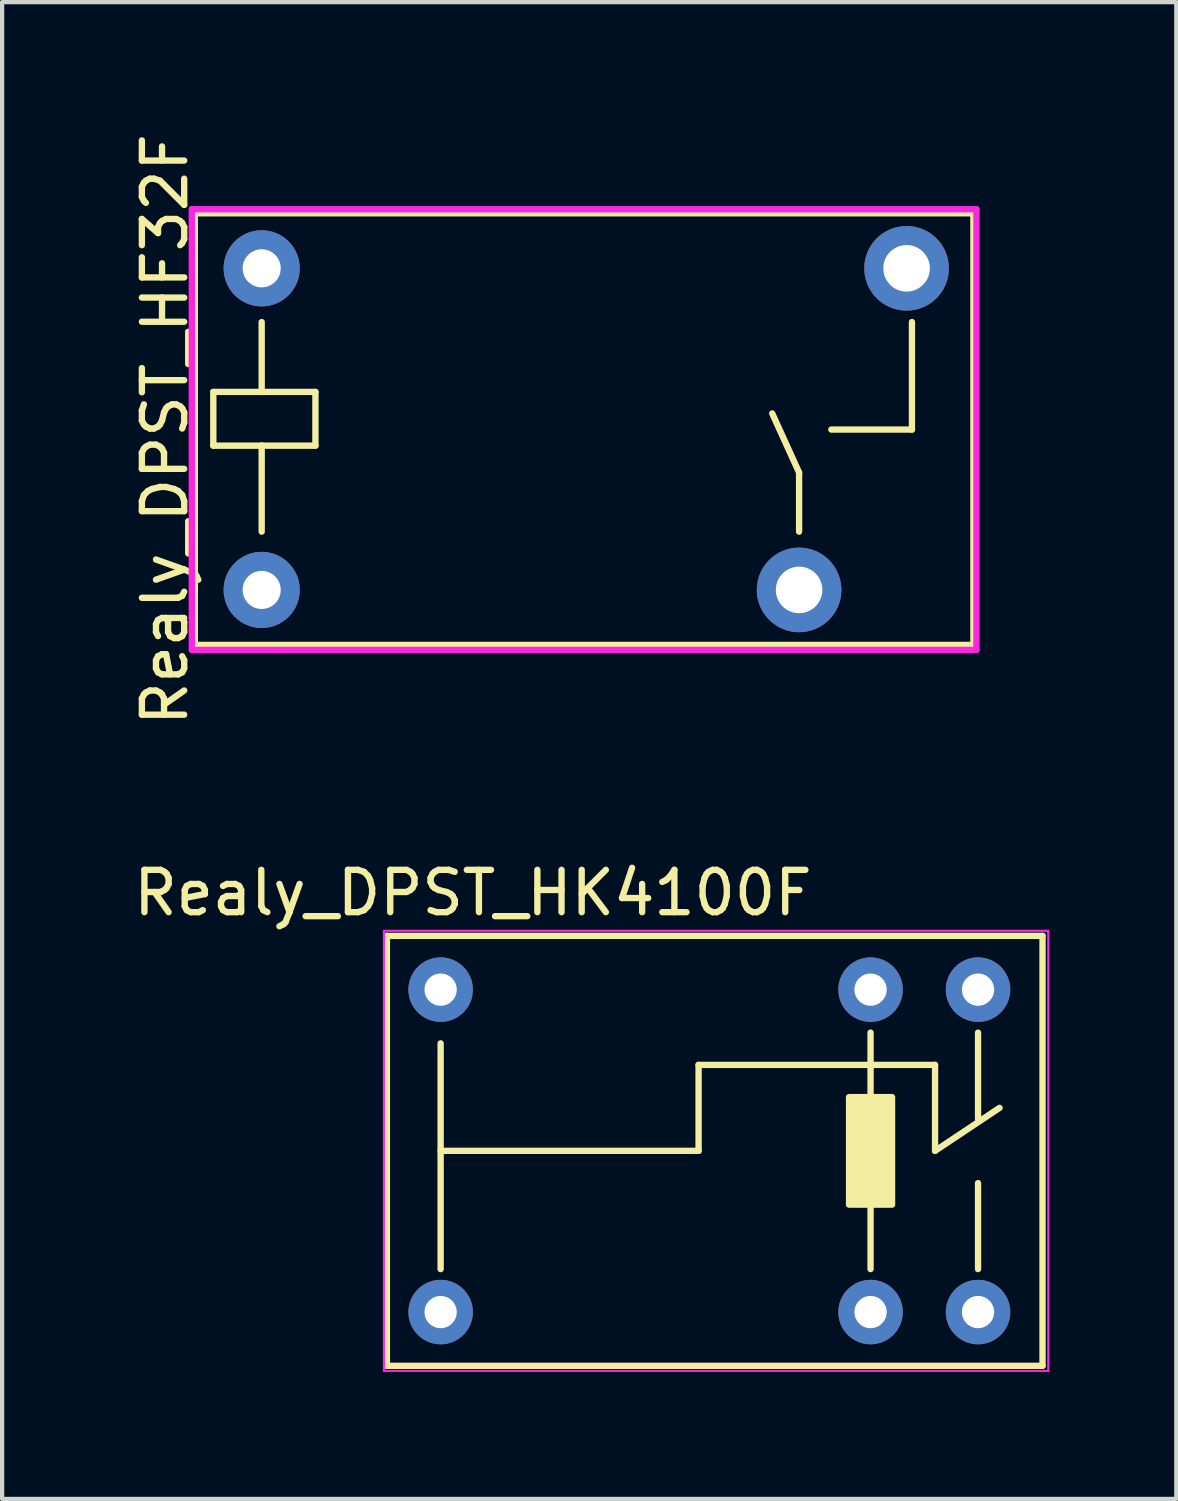
<source format=kicad_pcb>
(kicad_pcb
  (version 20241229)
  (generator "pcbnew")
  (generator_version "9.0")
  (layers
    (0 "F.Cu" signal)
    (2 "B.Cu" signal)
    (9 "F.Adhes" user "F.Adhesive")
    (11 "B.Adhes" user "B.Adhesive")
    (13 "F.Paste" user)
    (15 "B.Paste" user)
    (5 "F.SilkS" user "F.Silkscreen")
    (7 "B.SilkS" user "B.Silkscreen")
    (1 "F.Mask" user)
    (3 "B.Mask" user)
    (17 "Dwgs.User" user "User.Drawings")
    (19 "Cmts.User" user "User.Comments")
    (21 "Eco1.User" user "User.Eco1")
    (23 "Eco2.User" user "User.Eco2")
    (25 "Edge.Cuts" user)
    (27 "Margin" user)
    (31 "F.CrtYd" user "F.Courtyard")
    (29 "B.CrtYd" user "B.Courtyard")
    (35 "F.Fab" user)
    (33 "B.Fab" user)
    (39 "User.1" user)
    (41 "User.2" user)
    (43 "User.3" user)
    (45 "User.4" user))
  (footprint "Realy_DPST_HF32F"
    (layer "F.Cu")
    (at 3.134 3.291)
    (property "Reference" "Realy_DPST_HF32F" (at -2.286 3.81 90) (layer "F.SilkS") (effects (font (size 1 1) (thickness 0.15))))
    (attr through_hole)
    (fp_line (start -1.58 -1.3) (end -1.58 8.9) (stroke (width 0.15) (type solid)) (layer "F.SilkS"))
    (fp_line (start -1.58 -1.3) (end 16.82 -1.3) (stroke (width 0.15) (type solid)) (layer "F.SilkS"))
    (fp_line (start -1.143 2.921) (end -1.143 4.191) (stroke (width 0.15) (type solid)) (layer "F.SilkS"))
    (fp_line (start -1.143 4.191) (end 0 4.191) (stroke (width 0.15) (type solid)) (layer "F.SilkS"))
    (fp_line (start 0 1.27) (end 0 2.921) (stroke (width 0.15) (type solid)) (layer "F.SilkS"))
    (fp_line (start 0 2.921) (end -1.143 2.921) (stroke (width 0.15) (type solid)) (layer "F.SilkS"))
    (fp_line (start 0 2.921) (end 1.27 2.921) (stroke (width 0.15) (type solid)) (layer "F.SilkS"))
    (fp_line (start 0 4.191) (end 0 6.223) (stroke (width 0.15) (type solid)) (layer "F.SilkS"))
    (fp_line (start 1.27 2.921) (end 1.27 4.191) (stroke (width 0.15) (type solid)) (layer "F.SilkS"))
    (fp_line (start 1.27 4.191) (end 0 4.191) (stroke (width 0.15) (type solid)) (layer "F.SilkS"))
    (fp_line (start 12.7 4.826) (end 12.065 3.429) (stroke (width 0.15) (type solid)) (layer "F.SilkS"))
    (fp_line (start 12.7 6.223) (end 12.7 4.826) (stroke (width 0.15) (type solid)) (layer "F.SilkS"))
    (fp_line (start 15.367 1.27) (end 15.367 3.81) (stroke (width 0.15) (type solid)) (layer "F.SilkS"))
    (fp_line (start 15.367 3.81) (end 13.462 3.81) (stroke (width 0.15) (type solid)) (layer "F.SilkS"))
    (fp_line (start 16.82 -1.3) (end 16.82 8.9) (stroke (width 0.15) (type solid)) (layer "F.SilkS"))
    (fp_line (start 16.82 8.9) (end -1.58 8.9) (stroke (width 0.15) (type solid)) (layer "F.SilkS"))
    (fp_line (start -1.651 -1.397) (end -1.651 9.017) (stroke (width 0.15) (type solid)) (layer "F.CrtYd"))
    (fp_line (start -1.651 9.017) (end 16.891 9.017) (stroke (width 0.15) (type solid)) (layer "F.CrtYd"))
    (fp_line (start 16.891 -1.397) (end -1.651 -1.397) (stroke (width 0.15) (type solid)) (layer "F.CrtYd"))
    (fp_line (start 16.891 9.017) (end 16.891 -1.397) (stroke (width 0.15) (type solid)) (layer "F.CrtYd"))
    (pad "1" thru_hole circle (at 0 0) (size 1.8 1.8) (drill 0.9) (layers "*.Cu" "*.Mask"))
    (pad "3" thru_hole circle (at 15.24 0) (size 2 2) (drill 1.1) (layers "*.Cu" "*.Mask"))
    (pad "4" thru_hole circle (at 12.7 7.6) (size 2 2) (drill 1.1) (layers "*.Cu" "*.Mask"))
    (pad "5" thru_hole circle (at 0 7.6) (size 1.8 1.8) (drill 0.9) (layers "*.Cu" "*.Mask")))
  (footprint "Realy_DPST_HK4100F"
    (layer "F.Cu")
    (at 17.523 24.147)
    (property "Reference" "Realy_DPST_HK4100F" (at -9.398 -6.096 0) (layer "F.SilkS") (effects (font (size 1 1) (thickness 0.15))))
    (attr through_hole)
    (fp_line (start -11.43 -5.08) (end -11.43 5.08) (stroke (width 0.15) (type solid)) (layer "F.SilkS"))
    (fp_line (start -11.43 -5.08) (end 4.064 -5.08) (stroke (width 0.15) (type solid)) (layer "F.SilkS"))
    (fp_line (start -10.16 -2.54) (end -10.16 2.794) (stroke (width 0.15) (type solid)) (layer "F.SilkS"))
    (fp_line (start -10.16 0) (end -4.064 0) (stroke (width 0.15) (type solid)) (layer "F.SilkS"))
    (fp_line (start -4.064 -2.032) (end 1.524 -2.032) (stroke (width 0.15) (type solid)) (layer "F.SilkS"))
    (fp_line (start -4.064 0) (end -4.064 -2.032) (stroke (width 0.15) (type solid)) (layer "F.SilkS"))
    (fp_line (start 0 -2.794) (end 0 -1.27) (stroke (width 0.15) (type solid)) (layer "F.SilkS"))
    (fp_line (start 0 1.27) (end 0 2.794) (stroke (width 0.15) (type solid)) (layer "F.SilkS"))
    (fp_line (start 1.524 -2.032) (end 1.524 0) (stroke (width 0.15) (type solid)) (layer "F.SilkS"))
    (fp_line (start 1.524 0) (end 3.048 -1.016) (stroke (width 0.15) (type solid)) (layer "F.SilkS"))
    (fp_line (start 2.54 -2.794) (end 2.54 -0.762) (stroke (width 0.15) (type solid)) (layer "F.SilkS"))
    (fp_line (start 2.54 0.762) (end 2.54 2.794) (stroke (width 0.15) (type solid)) (layer "F.SilkS"))
    (fp_line (start 4.064 -5.08) (end 4.064 5.08) (stroke (width 0.15) (type solid)) (layer "F.SilkS"))
    (fp_line (start 4.064 5.08) (end -11.43 5.08) (stroke (width 0.15) (type solid)) (layer "F.SilkS"))
    (fp_poly (pts (xy -0.508 -1.27) (xy 0.508 -1.27) (xy 0.508 1.27) (xy -0.508 1.27)) (stroke (width 0.15) (type solid)) (fill yes) (layer "F.SilkS"))
    (fp_line (start -11.5 -5.2) (end 4.2 -5.2) (stroke (width 0.05) (type solid)) (layer "F.CrtYd"))
    (fp_line (start -11.5 5.2) (end -11.5 -5.2) (stroke (width 0.05) (type solid)) (layer "F.CrtYd"))
    (fp_line (start 4.2 -5.2) (end 4.2 5.2) (stroke (width 0.05) (type solid)) (layer "F.CrtYd"))
    (fp_line (start 4.2 5.2) (end -11.5 5.2) (stroke (width 0.05) (type solid)) (layer "F.CrtYd"))
    (pad "1" thru_hole circle (at -10.16 3.81) (size 1.524 1.524) (drill 0.762) (layers "*.Cu" "*.Mask"))
    (pad "2" thru_hole circle (at -10.16 -3.81) (size 1.524 1.524) (drill 0.762) (layers "*.Cu" "*.Mask"))
    (pad "3" thru_hole circle (at 0 3.81) (size 1.524 1.524) (drill 0.762) (layers "*.Cu" "*.Mask"))
    (pad "4" thru_hole circle (at 0 -3.81) (size 1.524 1.524) (drill 0.762) (layers "*.Cu" "*.Mask"))
    (pad "5" thru_hole circle (at 2.54 3.81) (size 1.524 1.524) (drill 0.762) (layers "*.Cu" "*.Mask"))
    (pad "6" thru_hole circle (at 2.54 -3.81) (size 1.524 1.524) (drill 0.762) (layers "*.Cu" "*.Mask")))
  (gr_rect
    (start -3 -3)
    (end 24.748 32.372)
    (stroke (width 0.1) (type default))
    (fill no)
    (layer "Edge.Cuts")))
</source>
